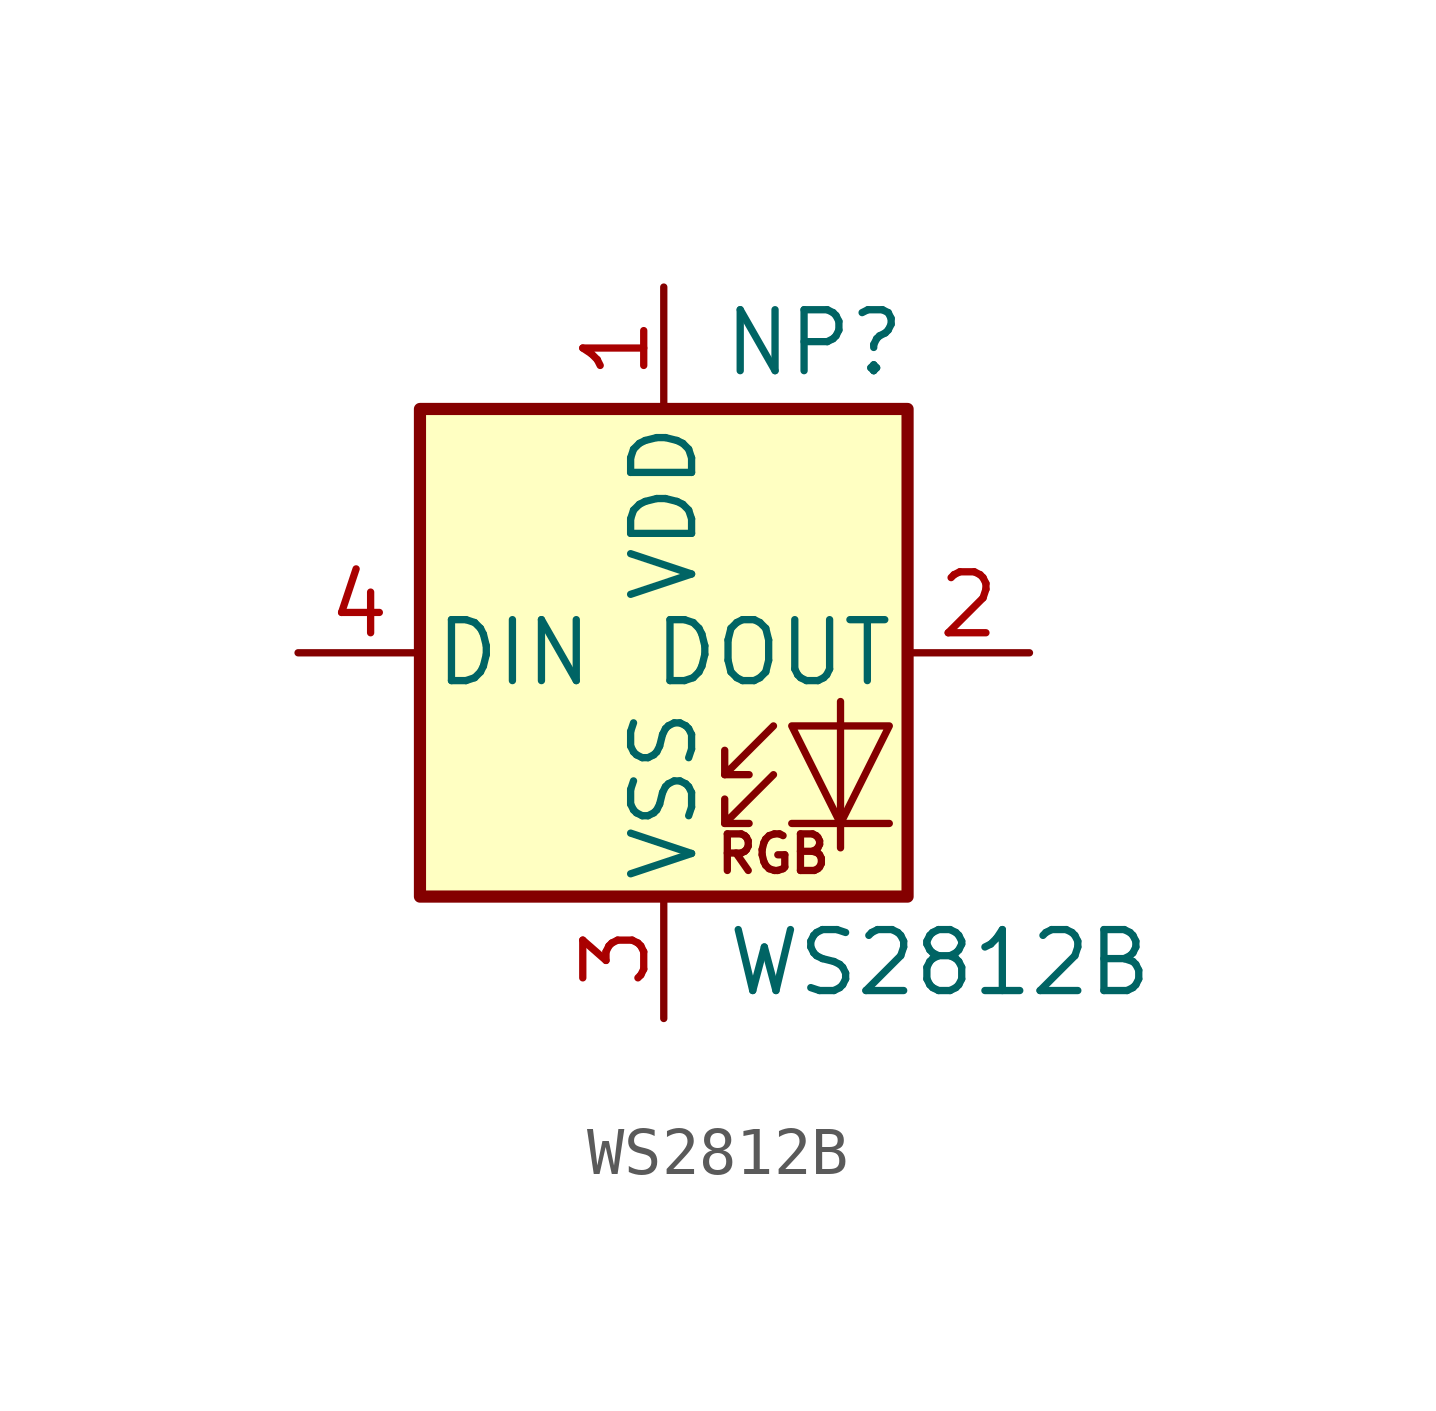
<source format=kicad_sym>
(kicad_symbol_lib
  (version 20201005)
  (generator kicad_symbol_editor)
  (symbol "mixduino-mk2:WS2812B"
    (pin_names
      (offset 0.254))
    (property "Reference" "NP"
      (at 5.08 5.715 0)
      (effects (font (size 1.27 1.27)) (justify right bottom)))
    (property "Value" "WS2812B"
      (at 1.27 -5.715 0)
      (effects (font (size 1.27 1.27)) (justify left top)))
    (symbol "WS2812B_0_0"
      (text "RGB" (at 2.286 -4.191 0) (effects (font (size 0.762 0.762)))))
    (symbol "WS2812B_0_1"
      (rectangle (start 5.08 5.08) (end -5.08 -5.08) (stroke (width 0.254)) (fill (type background)))
      (polyline (pts (xy 1.27 -3.556) (xy 1.778 -3.556)) (stroke (width 0)) (fill (type none)))
      (polyline (pts (xy 1.27 -2.54) (xy 1.778 -2.54)) (stroke (width 0)) (fill (type none)))
      (polyline (pts (xy 4.699 -3.556) (xy 2.667 -3.556)) (stroke (width 0)) (fill (type none)))
      (polyline (pts (xy 2.286 -2.54) (xy 1.27 -3.556) (xy 1.27 -3.048)) (stroke (width 0)) (fill (type none)))
      (polyline (pts (xy 2.286 -1.524) (xy 1.27 -2.54) (xy 1.27 -2.032)) (stroke (width 0)) (fill (type none)))
      (polyline (pts (xy 3.683 -1.016) (xy 3.683 -3.556) (xy 3.683 -4.064)) (stroke (width 0)) (fill (type none)))
      (polyline (pts (xy 4.699 -1.524) (xy 2.667 -1.524) (xy 3.683 -3.556) (xy 4.699 -1.524)) (stroke (width 0)) (fill (type none))))
    (symbol "WS2812B_1_1"
      (pin power_in line (at 0 7.62 270) (length 2.54) (name "VDD" (effects (font (size 1.27 1.27)))) (number "1" (effects (font (size 1.27 1.27)))))
      (pin output line (at 7.62 0 180) (length 2.54) (name "DOUT" (effects (font (size 1.27 1.27)))) (number "2" (effects (font (size 1.27 1.27)))))
      (pin power_in line (at 0 -7.62 90) (length 2.54) (name "VSS" (effects (font (size 1.27 1.27)))) (number "3" (effects (font (size 1.27 1.27)))))
      (pin input line (at -7.62 0 0) (length 2.54) (name "DIN" (effects (font (size 1.27 1.27)))) (number "4" (effects (font (size 1.27 1.27))))))))
</source>
